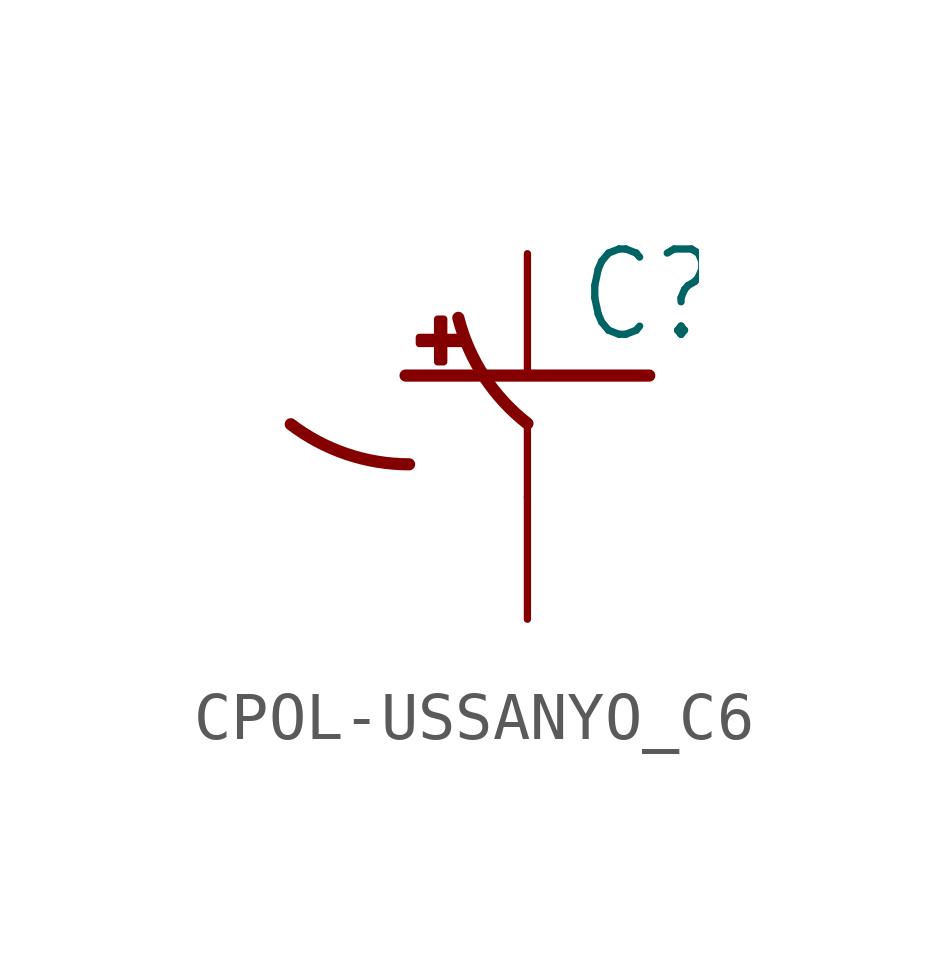
<source format=kicad_sym>
(kicad_symbol_lib
  (version 20241209)
  (generator "kicad_symbol_editor")
  (generator_version "9.0")
  (symbol "CPOL-USSANYO_C6"
    (property "Reference" "C"
      (at 1.016 0.635 0)
      (effects (font (size 1.778 1.511)) (justify left bottom)))
    (property "Value" ""
      (at 1.016 -4.191 0)
      (effects (font (size 1.778 1.511)) (justify left bottom)))
    (property "ki_locked" ""
      (at 0 0 0)
      (effects (font (size 1.27 1.27))))
    (symbol "CPOL-USSANYO_C6_1_0"
      (polyline (pts (xy -2.54 0) (xy 2.54 0)) (stroke (width 0.254) (type solid)) (fill (type none)))
      (arc (start -2.4669 -1.8504) (mid -3.7689 -1.6361) (end -4.9337 -1.0159) (stroke (width 0.254) (type solid)) (fill (type none)))
      (rectangle (start -2.253 0.668) (end -1.364 0.795) (stroke (width 0) (type default)) (fill (type outline)))
      (rectangle (start -1.872 0.287) (end -1.745 1.176) (stroke (width 0) (type default)) (fill (type outline)))
      (polyline (pts (xy 0 -1.016) (xy 0 -2.54)) (stroke (width 0.152) (type solid)) (fill (type none)))
      (arc (start 0 -1) (mid -0.9038 -0.0189) (end -1.4403 1.2025) (stroke (width 0.254) (type solid)) (fill (type none)))
      (pin passive line (at 0 2.54 270) (length 2.54) (name "+" (effects (font (size 0 0)))) (number "+" (effects (font (size 0 0)))))
      (pin passive line (at 0 -5.08 90) (length 2.54) (name "-" (effects (font (size 0 0)))) (number "-" (effects (font (size 0 0))))))))
</source>
